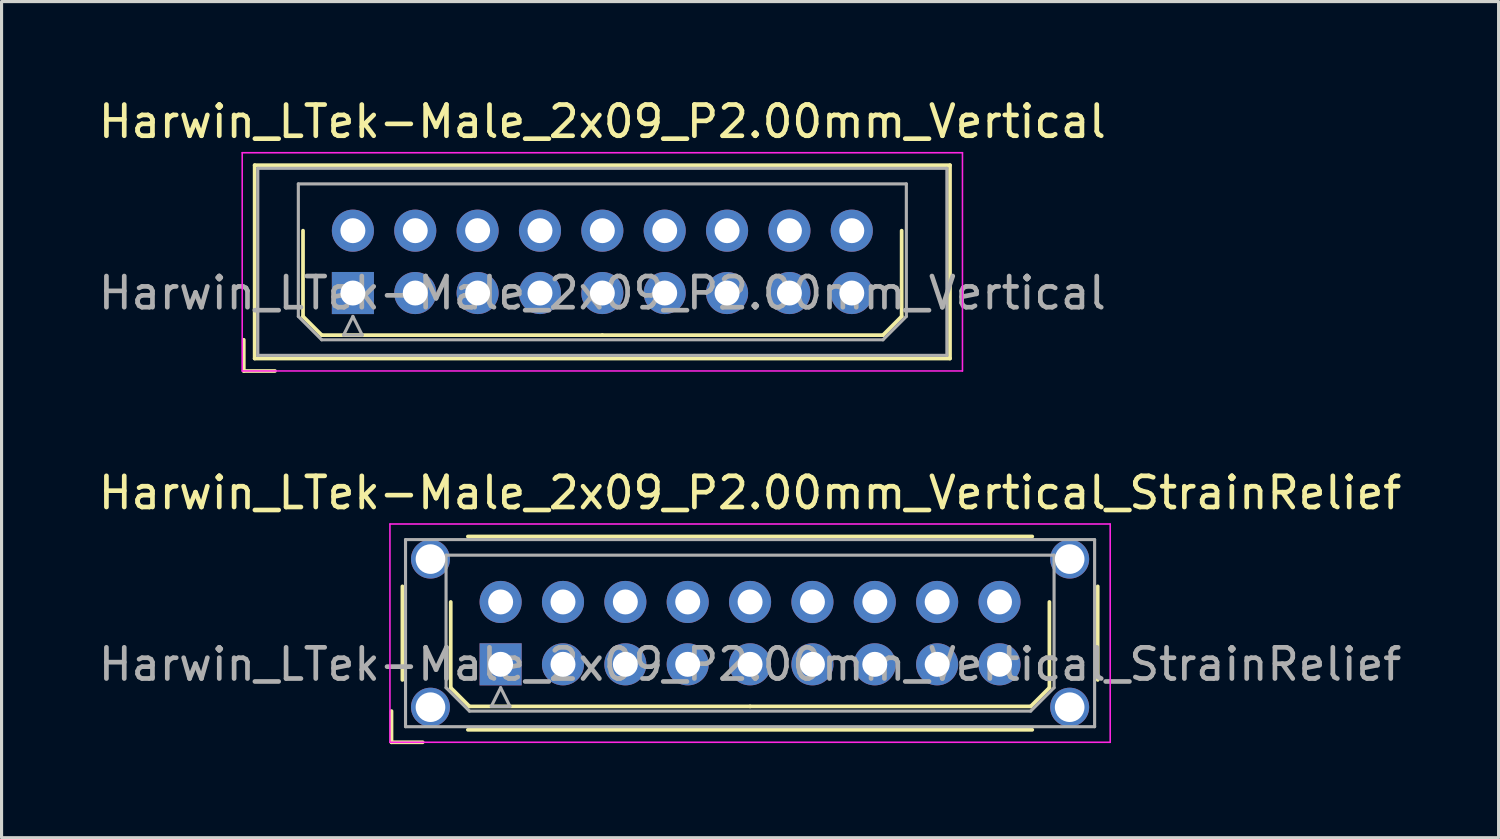
<source format=kicad_pcb>
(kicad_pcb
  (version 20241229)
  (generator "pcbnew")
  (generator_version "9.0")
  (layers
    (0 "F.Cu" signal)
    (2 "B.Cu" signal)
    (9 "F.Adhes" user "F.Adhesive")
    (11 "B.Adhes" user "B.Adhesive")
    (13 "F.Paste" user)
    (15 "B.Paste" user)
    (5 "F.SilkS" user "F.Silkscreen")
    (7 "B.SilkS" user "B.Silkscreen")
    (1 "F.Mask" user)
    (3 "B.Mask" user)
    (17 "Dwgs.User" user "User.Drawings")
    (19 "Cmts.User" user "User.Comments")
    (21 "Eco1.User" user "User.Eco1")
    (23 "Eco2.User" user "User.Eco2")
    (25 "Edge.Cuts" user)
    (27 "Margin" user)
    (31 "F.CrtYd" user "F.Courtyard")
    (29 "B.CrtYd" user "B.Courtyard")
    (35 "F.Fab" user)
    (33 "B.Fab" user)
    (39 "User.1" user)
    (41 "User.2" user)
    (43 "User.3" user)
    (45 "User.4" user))
  (footprint "Harwin_LTek-Male_2x09_P2.00mm_Vertical_StrainRelief"
    (layer "F.Cu")
    (at 13.006 18.256)
    (property "Reference" "Harwin_LTek-Male_2x09_P2.00mm_Vertical_StrainRelief" (at 8 -5.5 0) (layer "F.SilkS") (effects (font (size 1 1) (thickness 0.15))))
    (attr through_hole)
    (fp_line (start -3.5 1.5) (end -3.5 2.5) (stroke (width 0.12) (type solid)) (layer "F.SilkS"))
    (fp_line (start -3.5 2.5) (end -2.5 2.5) (stroke (width 0.12) (type solid)) (layer "F.SilkS"))
    (fp_line (start -3.15 -2.5) (end -3.15 0.5) (stroke (width 0.12) (type solid)) (layer "F.SilkS"))
    (fp_line (start -1.6 -2) (end -1.6 0.75) (stroke (width 0.12) (type solid)) (layer "F.SilkS"))
    (fp_line (start -1.6 0.75) (end -1 1.35) (stroke (width 0.12) (type solid)) (layer "F.SilkS"))
    (fp_line (start -1.05 -4.1) (end 17.05 -4.1) (stroke (width 0.12) (type solid)) (layer "F.SilkS"))
    (fp_line (start -1.05 2.1) (end 17.05 2.1) (stroke (width 0.12) (type solid)) (layer "F.SilkS"))
    (fp_line (start -1 1.35) (end 8 1.35) (stroke (width 0.12) (type solid)) (layer "F.SilkS"))
    (fp_line (start 17 1.35) (end 8 1.35) (stroke (width 0.12) (type solid)) (layer "F.SilkS"))
    (fp_line (start 17.6 -2) (end 17.6 0.75) (stroke (width 0.12) (type solid)) (layer "F.SilkS"))
    (fp_line (start 17.6 0.75) (end 17 1.35) (stroke (width 0.12) (type solid)) (layer "F.SilkS"))
    (fp_line (start 19.15 -2.5) (end 19.15 0.5) (stroke (width 0.12) (type solid)) (layer "F.SilkS"))
    (fp_line (start -3.55 -4.5) (end -3.55 2.5) (stroke (width 0.05) (type solid)) (layer "F.CrtYd"))
    (fp_line (start -3.55 2.5) (end 19.55 2.5) (stroke (width 0.05) (type solid)) (layer "F.CrtYd"))
    (fp_line (start 19.55 -4.5) (end -3.55 -4.5) (stroke (width 0.05) (type solid)) (layer "F.CrtYd"))
    (fp_line (start 19.55 2.5) (end 19.55 -4.5) (stroke (width 0.05) (type solid)) (layer "F.CrtYd"))
    (fp_line (start -3.05 -4) (end -3.05 2) (stroke (width 0.1) (type solid)) (layer "F.Fab"))
    (fp_line (start -3.05 2) (end 19.05 2) (stroke (width 0.1) (type solid)) (layer "F.Fab"))
    (fp_line (start -1.75 -3.5) (end 17.75 -3.5) (stroke (width 0.1) (type solid)) (layer "F.Fab"))
    (fp_line (start -1.75 0.75) (end -1.75 -3.5) (stroke (width 0.1) (type solid)) (layer "F.Fab"))
    (fp_line (start -1 1.5) (end -1.75 0.75) (stroke (width 0.1) (type solid)) (layer "F.Fab"))
    (fp_line (start -0.3 1.35) (end 0.3 1.35) (stroke (width 0.1) (type solid)) (layer "F.Fab"))
    (fp_line (start 0 0.75) (end -0.3 1.35) (stroke (width 0.1) (type solid)) (layer "F.Fab"))
    (fp_line (start 0.3 1.35) (end 0 0.75) (stroke (width 0.1) (type solid)) (layer "F.Fab"))
    (fp_line (start 17 1.5) (end -1 1.5) (stroke (width 0.1) (type solid)) (layer "F.Fab"))
    (fp_line (start 17.75 -3.5) (end 17.75 0.75) (stroke (width 0.1) (type solid)) (layer "F.Fab"))
    (fp_line (start 17.75 0.75) (end 17 1.5) (stroke (width 0.1) (type solid)) (layer "F.Fab"))
    (fp_line (start 19.05 -4) (end -3.05 -4) (stroke (width 0.1) (type solid)) (layer "F.Fab"))
    (fp_line (start 19.05 2) (end 19.05 -4) (stroke (width 0.1) (type solid)) (layer "F.Fab"))
    (fp_text user "${REFERENCE}" (at 8 0 0) (layer "F.Fab") (effects (font (size 1 1) (thickness 0.15))))
    (pad "" thru_hole circle (at -2.25 -3.375) (size 1.25 1.25) (drill 0.95) (layers "*.Cu" "*.Mask"))
    (pad "" thru_hole circle (at -2.25 1.375) (size 1.25 1.25) (drill 0.95) (layers "*.Cu" "*.Mask"))
    (pad "" thru_hole circle (at 18.25 -3.375) (size 1.25 1.25) (drill 0.95) (layers "*.Cu" "*.Mask"))
    (pad "" thru_hole circle (at 18.25 1.375) (size 1.25 1.25) (drill 0.95) (layers "*.Cu" "*.Mask"))
    (pad "1" thru_hole rect (at 0 0) (size 1.35 1.35) (drill 0.8) (layers "*.Cu" "*.Mask"))
    (pad "2" thru_hole circle (at 2 0) (size 1.35 1.35) (drill 0.8) (layers "*.Cu" "*.Mask"))
    (pad "3" thru_hole circle (at 4 0) (size 1.35 1.35) (drill 0.8) (layers "*.Cu" "*.Mask"))
    (pad "4" thru_hole circle (at 6 0) (size 1.35 1.35) (drill 0.8) (layers "*.Cu" "*.Mask"))
    (pad "5" thru_hole circle (at 8 0) (size 1.35 1.35) (drill 0.8) (layers "*.Cu" "*.Mask"))
    (pad "6" thru_hole circle (at 10 0) (size 1.35 1.35) (drill 0.8) (layers "*.Cu" "*.Mask"))
    (pad "7" thru_hole circle (at 12 0) (size 1.35 1.35) (drill 0.8) (layers "*.Cu" "*.Mask"))
    (pad "8" thru_hole circle (at 14 0) (size 1.35 1.35) (drill 0.8) (layers "*.Cu" "*.Mask"))
    (pad "9" thru_hole circle (at 16 0) (size 1.35 1.35) (drill 0.8) (layers "*.Cu" "*.Mask"))
    (pad "10" thru_hole circle (at 0 -2) (size 1.35 1.35) (drill 0.8) (layers "*.Cu" "*.Mask"))
    (pad "11" thru_hole circle (at 2 -2) (size 1.35 1.35) (drill 0.8) (layers "*.Cu" "*.Mask"))
    (pad "12" thru_hole circle (at 4 -2) (size 1.35 1.35) (drill 0.8) (layers "*.Cu" "*.Mask"))
    (pad "13" thru_hole circle (at 6 -2) (size 1.35 1.35) (drill 0.8) (layers "*.Cu" "*.Mask"))
    (pad "14" thru_hole circle (at 8 -2) (size 1.35 1.35) (drill 0.8) (layers "*.Cu" "*.Mask"))
    (pad "15" thru_hole circle (at 10 -2) (size 1.35 1.35) (drill 0.8) (layers "*.Cu" "*.Mask"))
    (pad "16" thru_hole circle (at 12 -2) (size 1.35 1.35) (drill 0.8) (layers "*.Cu" "*.Mask"))
    (pad "17" thru_hole circle (at 14 -2) (size 1.35 1.35) (drill 0.8) (layers "*.Cu" "*.Mask"))
    (pad "18" thru_hole circle (at 16 -2) (size 1.35 1.35) (drill 0.8) (layers "*.Cu" "*.Mask")))
  (footprint "Harwin_LTek-Male_2x09_P2.00mm_Vertical"
    (layer "F.Cu")
    (at 8.268 6.348)
    (property "Reference" "Harwin_LTek-Male_2x09_P2.00mm_Vertical" (at 8 -5.5 0) (layer "F.SilkS") (effects (font (size 1 1) (thickness 0.15))))
    (attr through_hole)
    (fp_line (start -3.5 1.5) (end -3.5 2.5) (stroke (width 0.12) (type solid)) (layer "F.SilkS"))
    (fp_line (start -3.5 2.5) (end -2.5 2.5) (stroke (width 0.12) (type solid)) (layer "F.SilkS"))
    (fp_line (start -3.15 -4.1) (end -3.15 2.1) (stroke (width 0.12) (type solid)) (layer "F.SilkS"))
    (fp_line (start -3.15 2.1) (end 19.15 2.1) (stroke (width 0.12) (type solid)) (layer "F.SilkS"))
    (fp_line (start -1.6 -2) (end -1.6 0.75) (stroke (width 0.12) (type solid)) (layer "F.SilkS"))
    (fp_line (start -1.6 0.75) (end -1 1.35) (stroke (width 0.12) (type solid)) (layer "F.SilkS"))
    (fp_line (start -1 1.35) (end 8 1.35) (stroke (width 0.12) (type solid)) (layer "F.SilkS"))
    (fp_line (start 17 1.35) (end 8 1.35) (stroke (width 0.12) (type solid)) (layer "F.SilkS"))
    (fp_line (start 17.6 -2) (end 17.6 0.75) (stroke (width 0.12) (type solid)) (layer "F.SilkS"))
    (fp_line (start 17.6 0.75) (end 17 1.35) (stroke (width 0.12) (type solid)) (layer "F.SilkS"))
    (fp_line (start 19.15 -4.1) (end -3.15 -4.1) (stroke (width 0.12) (type solid)) (layer "F.SilkS"))
    (fp_line (start 19.15 2.1) (end 19.15 -4.1) (stroke (width 0.12) (type solid)) (layer "F.SilkS"))
    (fp_line (start -3.55 -4.5) (end -3.55 2.5) (stroke (width 0.05) (type solid)) (layer "F.CrtYd"))
    (fp_line (start -3.55 2.5) (end 19.55 2.5) (stroke (width 0.05) (type solid)) (layer "F.CrtYd"))
    (fp_line (start 19.55 -4.5) (end -3.55 -4.5) (stroke (width 0.05) (type solid)) (layer "F.CrtYd"))
    (fp_line (start 19.55 2.5) (end 19.55 -4.5) (stroke (width 0.05) (type solid)) (layer "F.CrtYd"))
    (fp_line (start -3.05 -4) (end -3.05 2) (stroke (width 0.1) (type solid)) (layer "F.Fab"))
    (fp_line (start -3.05 2) (end 19.05 2) (stroke (width 0.1) (type solid)) (layer "F.Fab"))
    (fp_line (start -1.75 -3.5) (end 17.75 -3.5) (stroke (width 0.1) (type solid)) (layer "F.Fab"))
    (fp_line (start -1.75 0.75) (end -1.75 -3.5) (stroke (width 0.1) (type solid)) (layer "F.Fab"))
    (fp_line (start -1 1.5) (end -1.75 0.75) (stroke (width 0.1) (type solid)) (layer "F.Fab"))
    (fp_line (start -0.3 1.35) (end 0.3 1.35) (stroke (width 0.1) (type solid)) (layer "F.Fab"))
    (fp_line (start 0 0.75) (end -0.3 1.35) (stroke (width 0.1) (type solid)) (layer "F.Fab"))
    (fp_line (start 0.3 1.35) (end 0 0.75) (stroke (width 0.1) (type solid)) (layer "F.Fab"))
    (fp_line (start 17 1.5) (end -1 1.5) (stroke (width 0.1) (type solid)) (layer "F.Fab"))
    (fp_line (start 17.75 -3.5) (end 17.75 0.75) (stroke (width 0.1) (type solid)) (layer "F.Fab"))
    (fp_line (start 17.75 0.75) (end 17 1.5) (stroke (width 0.1) (type solid)) (layer "F.Fab"))
    (fp_line (start 19.05 -4) (end -3.05 -4) (stroke (width 0.1) (type solid)) (layer "F.Fab"))
    (fp_line (start 19.05 2) (end 19.05 -4) (stroke (width 0.1) (type solid)) (layer "F.Fab"))
    (fp_text user "${REFERENCE}" (at 8 0 0) (layer "F.Fab") (effects (font (size 1 1) (thickness 0.15))))
    (pad "1" thru_hole rect (at 0 0) (size 1.35 1.35) (drill 0.8) (layers "*.Cu" "*.Mask"))
    (pad "2" thru_hole circle (at 2 0) (size 1.35 1.35) (drill 0.8) (layers "*.Cu" "*.Mask"))
    (pad "3" thru_hole circle (at 4 0) (size 1.35 1.35) (drill 0.8) (layers "*.Cu" "*.Mask"))
    (pad "4" thru_hole circle (at 6 0) (size 1.35 1.35) (drill 0.8) (layers "*.Cu" "*.Mask"))
    (pad "5" thru_hole circle (at 8 0) (size 1.35 1.35) (drill 0.8) (layers "*.Cu" "*.Mask"))
    (pad "6" thru_hole circle (at 10 0) (size 1.35 1.35) (drill 0.8) (layers "*.Cu" "*.Mask"))
    (pad "7" thru_hole circle (at 12 0) (size 1.35 1.35) (drill 0.8) (layers "*.Cu" "*.Mask"))
    (pad "8" thru_hole circle (at 14 0) (size 1.35 1.35) (drill 0.8) (layers "*.Cu" "*.Mask"))
    (pad "9" thru_hole circle (at 16 0) (size 1.35 1.35) (drill 0.8) (layers "*.Cu" "*.Mask"))
    (pad "10" thru_hole circle (at 0 -2) (size 1.35 1.35) (drill 0.8) (layers "*.Cu" "*.Mask"))
    (pad "11" thru_hole circle (at 2 -2) (size 1.35 1.35) (drill 0.8) (layers "*.Cu" "*.Mask"))
    (pad "12" thru_hole circle (at 4 -2) (size 1.35 1.35) (drill 0.8) (layers "*.Cu" "*.Mask"))
    (pad "13" thru_hole circle (at 6 -2) (size 1.35 1.35) (drill 0.8) (layers "*.Cu" "*.Mask"))
    (pad "14" thru_hole circle (at 8 -2) (size 1.35 1.35) (drill 0.8) (layers "*.Cu" "*.Mask"))
    (pad "15" thru_hole circle (at 10 -2) (size 1.35 1.35) (drill 0.8) (layers "*.Cu" "*.Mask"))
    (pad "16" thru_hole circle (at 12 -2) (size 1.35 1.35) (drill 0.8) (layers "*.Cu" "*.Mask"))
    (pad "17" thru_hole circle (at 14 -2) (size 1.35 1.35) (drill 0.8) (layers "*.Cu" "*.Mask"))
    (pad "18" thru_hole circle (at 16 -2) (size 1.35 1.35) (drill 0.8) (layers "*.Cu" "*.Mask")))
  (gr_rect
    (start -3 -3)
    (end 45.012 23.817)
    (stroke (width 0.1) (type default))
    (fill no)
    (layer "Edge.Cuts")))
</source>
